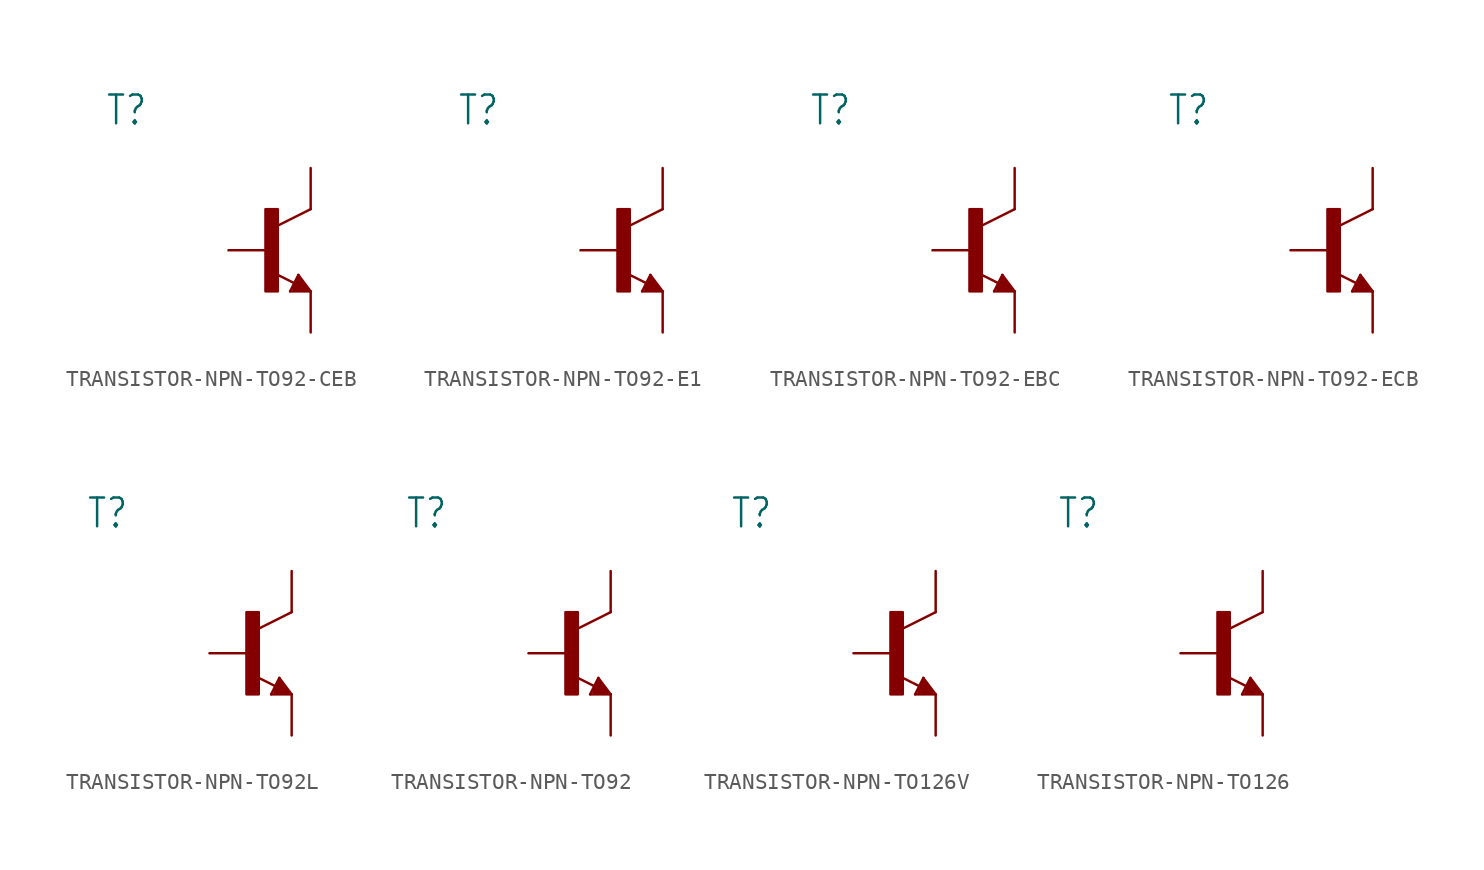
<source format=kicad_sym>
(kicad_symbol_lib
  (version 20231120)
  (generator "kicad_symbol_editor")
  (generator_version "8.0")
  (symbol "TRANSISTOR-NPN-TO92-CEB"
    (property "Reference" "T"
      (at -10.16 7.62 0)
      (effects (font (size 1.778 1.511)) (justify left bottom)))
    (property "Value" ""
      (at -10.16 5.08 0)
      (effects (font (size 1.778 1.511)) (justify left bottom)))
    (property "ki_locked" ""
      (at 0 0 0)
      (effects (font (size 1.27 1.27))))
    (symbol "TRANSISTOR-NPN-TO92-CEB_1_0"
      (rectangle (start -0.254 -2.54) (end 0.508 2.54) (stroke (width 0) (type default)) (fill (type outline)))
      (polyline (pts (xy 1.27 -2.54) (xy 1.778 -1.524)) (stroke (width 0.152) (type solid)) (fill (type none)))
      (polyline (pts (xy 1.524 -2.413) (xy 2.286 -2.413)) (stroke (width 0.254) (type solid)) (fill (type none)))
      (polyline (pts (xy 1.524 -2.286) (xy 1.905 -2.286)) (stroke (width 0.254) (type solid)) (fill (type none)))
      (polyline (pts (xy 1.54 -2.04) (xy 0.308 -1.424)) (stroke (width 0.152) (type solid)) (fill (type none)))
      (polyline (pts (xy 1.778 -1.778) (xy 1.524 -2.286)) (stroke (width 0.254) (type solid)) (fill (type none)))
      (polyline (pts (xy 1.778 -1.524) (xy 2.54 -2.54)) (stroke (width 0.152) (type solid)) (fill (type none)))
      (polyline (pts (xy 1.905 -2.286) (xy 1.778 -2.032)) (stroke (width 0.254) (type solid)) (fill (type none)))
      (polyline (pts (xy 2.286 -2.413) (xy 1.778 -1.778)) (stroke (width 0.254) (type solid)) (fill (type none)))
      (polyline (pts (xy 2.54 -2.54) (xy 1.27 -2.54)) (stroke (width 0.152) (type solid)) (fill (type none)))
      (polyline (pts (xy 2.54 2.54) (xy 0.508 1.524)) (stroke (width 0.152) (type solid)) (fill (type none)))
      (pin passive line (at -2.54 0 0) (length 2.54) (name "B" (effects (font (size 0 0)))) (number "B" (effects (font (size 0 0)))))
      (pin passive line (at 2.54 5.08 270) (length 2.54) (name "C" (effects (font (size 0 0)))) (number "C" (effects (font (size 0 0)))))
      (pin passive line (at 2.54 -5.08 90) (length 2.54) (name "E" (effects (font (size 0 0)))) (number "E" (effects (font (size 0 0)))))))
  (symbol "TRANSISTOR-NPN-TO92-E1"
    (property "Reference" "T"
      (at -10.16 7.62 0)
      (effects (font (size 1.778 1.511)) (justify left bottom)))
    (property "Value" ""
      (at -10.16 5.08 0)
      (effects (font (size 1.778 1.511)) (justify left bottom)))
    (property "ki_locked" ""
      (at 0 0 0)
      (effects (font (size 1.27 1.27))))
    (symbol "TRANSISTOR-NPN-TO92-E1_1_0"
      (rectangle (start -0.254 -2.54) (end 0.508 2.54) (stroke (width 0) (type default)) (fill (type outline)))
      (polyline (pts (xy 1.27 -2.54) (xy 1.778 -1.524)) (stroke (width 0.152) (type solid)) (fill (type none)))
      (polyline (pts (xy 1.524 -2.413) (xy 2.286 -2.413)) (stroke (width 0.254) (type solid)) (fill (type none)))
      (polyline (pts (xy 1.524 -2.286) (xy 1.905 -2.286)) (stroke (width 0.254) (type solid)) (fill (type none)))
      (polyline (pts (xy 1.54 -2.04) (xy 0.308 -1.424)) (stroke (width 0.152) (type solid)) (fill (type none)))
      (polyline (pts (xy 1.778 -1.778) (xy 1.524 -2.286)) (stroke (width 0.254) (type solid)) (fill (type none)))
      (polyline (pts (xy 1.778 -1.524) (xy 2.54 -2.54)) (stroke (width 0.152) (type solid)) (fill (type none)))
      (polyline (pts (xy 1.905 -2.286) (xy 1.778 -2.032)) (stroke (width 0.254) (type solid)) (fill (type none)))
      (polyline (pts (xy 2.286 -2.413) (xy 1.778 -1.778)) (stroke (width 0.254) (type solid)) (fill (type none)))
      (polyline (pts (xy 2.54 -2.54) (xy 1.27 -2.54)) (stroke (width 0.152) (type solid)) (fill (type none)))
      (polyline (pts (xy 2.54 2.54) (xy 0.508 1.524)) (stroke (width 0.152) (type solid)) (fill (type none)))
      (pin passive line (at 2.54 5.08 270) (length 2.54) (name "C" (effects (font (size 0 0)))) (number "1" (effects (font (size 0 0)))))
      (pin passive line (at -2.54 0 0) (length 2.54) (name "B" (effects (font (size 0 0)))) (number "2" (effects (font (size 0 0)))))
      (pin passive line (at 2.54 -5.08 90) (length 2.54) (name "E" (effects (font (size 0 0)))) (number "3" (effects (font (size 0 0)))))))
  (symbol "TRANSISTOR-NPN-TO92-EBC"
    (property "Reference" "T"
      (at -10.16 7.62 0)
      (effects (font (size 1.778 1.511)) (justify left bottom)))
    (property "Value" ""
      (at -10.16 5.08 0)
      (effects (font (size 1.778 1.511)) (justify left bottom)))
    (property "ki_locked" ""
      (at 0 0 0)
      (effects (font (size 1.27 1.27))))
    (symbol "TRANSISTOR-NPN-TO92-EBC_1_0"
      (rectangle (start -0.254 -2.54) (end 0.508 2.54) (stroke (width 0) (type default)) (fill (type outline)))
      (polyline (pts (xy 1.27 -2.54) (xy 1.778 -1.524)) (stroke (width 0.152) (type solid)) (fill (type none)))
      (polyline (pts (xy 1.524 -2.413) (xy 2.286 -2.413)) (stroke (width 0.254) (type solid)) (fill (type none)))
      (polyline (pts (xy 1.524 -2.286) (xy 1.905 -2.286)) (stroke (width 0.254) (type solid)) (fill (type none)))
      (polyline (pts (xy 1.54 -2.04) (xy 0.308 -1.424)) (stroke (width 0.152) (type solid)) (fill (type none)))
      (polyline (pts (xy 1.778 -1.778) (xy 1.524 -2.286)) (stroke (width 0.254) (type solid)) (fill (type none)))
      (polyline (pts (xy 1.778 -1.524) (xy 2.54 -2.54)) (stroke (width 0.152) (type solid)) (fill (type none)))
      (polyline (pts (xy 1.905 -2.286) (xy 1.778 -2.032)) (stroke (width 0.254) (type solid)) (fill (type none)))
      (polyline (pts (xy 2.286 -2.413) (xy 1.778 -1.778)) (stroke (width 0.254) (type solid)) (fill (type none)))
      (polyline (pts (xy 2.54 -2.54) (xy 1.27 -2.54)) (stroke (width 0.152) (type solid)) (fill (type none)))
      (polyline (pts (xy 2.54 2.54) (xy 0.508 1.524)) (stroke (width 0.152) (type solid)) (fill (type none)))
      (pin passive line (at -2.54 0 0) (length 2.54) (name "B" (effects (font (size 0 0)))) (number "B" (effects (font (size 0 0)))))
      (pin passive line (at 2.54 5.08 270) (length 2.54) (name "C" (effects (font (size 0 0)))) (number "C" (effects (font (size 0 0)))))
      (pin passive line (at 2.54 -5.08 90) (length 2.54) (name "E" (effects (font (size 0 0)))) (number "E" (effects (font (size 0 0)))))))
  (symbol "TRANSISTOR-NPN-TO92-ECB"
    (property "Reference" "T"
      (at -10.16 7.62 0)
      (effects (font (size 1.778 1.511)) (justify left bottom)))
    (property "Value" ""
      (at -10.16 5.08 0)
      (effects (font (size 1.778 1.511)) (justify left bottom)))
    (property "ki_locked" ""
      (at 0 0 0)
      (effects (font (size 1.27 1.27))))
    (symbol "TRANSISTOR-NPN-TO92-ECB_1_0"
      (rectangle (start -0.254 -2.54) (end 0.508 2.54) (stroke (width 0) (type default)) (fill (type outline)))
      (polyline (pts (xy 1.27 -2.54) (xy 1.778 -1.524)) (stroke (width 0.152) (type solid)) (fill (type none)))
      (polyline (pts (xy 1.524 -2.413) (xy 2.286 -2.413)) (stroke (width 0.254) (type solid)) (fill (type none)))
      (polyline (pts (xy 1.524 -2.286) (xy 1.905 -2.286)) (stroke (width 0.254) (type solid)) (fill (type none)))
      (polyline (pts (xy 1.54 -2.04) (xy 0.308 -1.424)) (stroke (width 0.152) (type solid)) (fill (type none)))
      (polyline (pts (xy 1.778 -1.778) (xy 1.524 -2.286)) (stroke (width 0.254) (type solid)) (fill (type none)))
      (polyline (pts (xy 1.778 -1.524) (xy 2.54 -2.54)) (stroke (width 0.152) (type solid)) (fill (type none)))
      (polyline (pts (xy 1.905 -2.286) (xy 1.778 -2.032)) (stroke (width 0.254) (type solid)) (fill (type none)))
      (polyline (pts (xy 2.286 -2.413) (xy 1.778 -1.778)) (stroke (width 0.254) (type solid)) (fill (type none)))
      (polyline (pts (xy 2.54 -2.54) (xy 1.27 -2.54)) (stroke (width 0.152) (type solid)) (fill (type none)))
      (polyline (pts (xy 2.54 2.54) (xy 0.508 1.524)) (stroke (width 0.152) (type solid)) (fill (type none)))
      (pin passive line (at -2.54 0 0) (length 2.54) (name "B" (effects (font (size 0 0)))) (number "B" (effects (font (size 0 0)))))
      (pin passive line (at 2.54 5.08 270) (length 2.54) (name "C" (effects (font (size 0 0)))) (number "C" (effects (font (size 0 0)))))
      (pin passive line (at 2.54 -5.08 90) (length 2.54) (name "E" (effects (font (size 0 0)))) (number "E" (effects (font (size 0 0)))))))
  (symbol "TRANSISTOR-NPN-TO92L"
    (property "Reference" "T"
      (at -10.16 7.62 0)
      (effects (font (size 1.778 1.511)) (justify left bottom)))
    (property "Value" ""
      (at -10.16 5.08 0)
      (effects (font (size 1.778 1.511)) (justify left bottom)))
    (property "ki_locked" ""
      (at 0 0 0)
      (effects (font (size 1.27 1.27))))
    (symbol "TRANSISTOR-NPN-TO92L_1_0"
      (rectangle (start -0.254 -2.54) (end 0.508 2.54) (stroke (width 0) (type default)) (fill (type outline)))
      (polyline (pts (xy 1.27 -2.54) (xy 1.778 -1.524)) (stroke (width 0.152) (type solid)) (fill (type none)))
      (polyline (pts (xy 1.524 -2.413) (xy 2.286 -2.413)) (stroke (width 0.254) (type solid)) (fill (type none)))
      (polyline (pts (xy 1.524 -2.286) (xy 1.905 -2.286)) (stroke (width 0.254) (type solid)) (fill (type none)))
      (polyline (pts (xy 1.54 -2.04) (xy 0.308 -1.424)) (stroke (width 0.152) (type solid)) (fill (type none)))
      (polyline (pts (xy 1.778 -1.778) (xy 1.524 -2.286)) (stroke (width 0.254) (type solid)) (fill (type none)))
      (polyline (pts (xy 1.778 -1.524) (xy 2.54 -2.54)) (stroke (width 0.152) (type solid)) (fill (type none)))
      (polyline (pts (xy 1.905 -2.286) (xy 1.778 -2.032)) (stroke (width 0.254) (type solid)) (fill (type none)))
      (polyline (pts (xy 2.286 -2.413) (xy 1.778 -1.778)) (stroke (width 0.254) (type solid)) (fill (type none)))
      (polyline (pts (xy 2.54 -2.54) (xy 1.27 -2.54)) (stroke (width 0.152) (type solid)) (fill (type none)))
      (polyline (pts (xy 2.54 2.54) (xy 0.508 1.524)) (stroke (width 0.152) (type solid)) (fill (type none)))
      (pin passive line (at 2.54 -5.08 90) (length 2.54) (name "E" (effects (font (size 0 0)))) (number "1" (effects (font (size 0 0)))))
      (pin passive line (at -2.54 0 0) (length 2.54) (name "B" (effects (font (size 0 0)))) (number "2" (effects (font (size 0 0)))))
      (pin passive line (at 2.54 5.08 270) (length 2.54) (name "C" (effects (font (size 0 0)))) (number "3" (effects (font (size 0 0)))))))
  (symbol "TRANSISTOR-NPN-TO92"
    (property "Reference" "T"
      (at -10.16 7.62 0)
      (effects (font (size 1.778 1.511)) (justify left bottom)))
    (property "Value" ""
      (at -10.16 5.08 0)
      (effects (font (size 1.778 1.511)) (justify left bottom)))
    (property "ki_locked" ""
      (at 0 0 0)
      (effects (font (size 1.27 1.27))))
    (symbol "TRANSISTOR-NPN-TO92_1_0"
      (rectangle (start -0.254 -2.54) (end 0.508 2.54) (stroke (width 0) (type default)) (fill (type outline)))
      (polyline (pts (xy 1.27 -2.54) (xy 1.778 -1.524)) (stroke (width 0.152) (type solid)) (fill (type none)))
      (polyline (pts (xy 1.524 -2.413) (xy 2.286 -2.413)) (stroke (width 0.254) (type solid)) (fill (type none)))
      (polyline (pts (xy 1.524 -2.286) (xy 1.905 -2.286)) (stroke (width 0.254) (type solid)) (fill (type none)))
      (polyline (pts (xy 1.54 -2.04) (xy 0.308 -1.424)) (stroke (width 0.152) (type solid)) (fill (type none)))
      (polyline (pts (xy 1.778 -1.778) (xy 1.524 -2.286)) (stroke (width 0.254) (type solid)) (fill (type none)))
      (polyline (pts (xy 1.778 -1.524) (xy 2.54 -2.54)) (stroke (width 0.152) (type solid)) (fill (type none)))
      (polyline (pts (xy 1.905 -2.286) (xy 1.778 -2.032)) (stroke (width 0.254) (type solid)) (fill (type none)))
      (polyline (pts (xy 2.286 -2.413) (xy 1.778 -1.778)) (stroke (width 0.254) (type solid)) (fill (type none)))
      (polyline (pts (xy 2.54 -2.54) (xy 1.27 -2.54)) (stroke (width 0.152) (type solid)) (fill (type none)))
      (polyline (pts (xy 2.54 2.54) (xy 0.508 1.524)) (stroke (width 0.152) (type solid)) (fill (type none)))
      (pin passive line (at 2.54 -5.08 90) (length 2.54) (name "E" (effects (font (size 0 0)))) (number "1" (effects (font (size 0 0)))))
      (pin passive line (at -2.54 0 0) (length 2.54) (name "B" (effects (font (size 0 0)))) (number "2" (effects (font (size 0 0)))))
      (pin passive line (at 2.54 5.08 270) (length 2.54) (name "C" (effects (font (size 0 0)))) (number "3" (effects (font (size 0 0)))))))
  (symbol "TRANSISTOR-NPN-TO126V"
    (property "Reference" "T"
      (at -10.16 7.62 0)
      (effects (font (size 1.778 1.511)) (justify left bottom)))
    (property "Value" ""
      (at -10.16 5.08 0)
      (effects (font (size 1.778 1.511)) (justify left bottom)))
    (property "ki_locked" ""
      (at 0 0 0)
      (effects (font (size 1.27 1.27))))
    (symbol "TRANSISTOR-NPN-TO126V_1_0"
      (rectangle (start -0.254 -2.54) (end 0.508 2.54) (stroke (width 0) (type default)) (fill (type outline)))
      (polyline (pts (xy 1.27 -2.54) (xy 1.778 -1.524)) (stroke (width 0.152) (type solid)) (fill (type none)))
      (polyline (pts (xy 1.524 -2.413) (xy 2.286 -2.413)) (stroke (width 0.254) (type solid)) (fill (type none)))
      (polyline (pts (xy 1.524 -2.286) (xy 1.905 -2.286)) (stroke (width 0.254) (type solid)) (fill (type none)))
      (polyline (pts (xy 1.54 -2.04) (xy 0.308 -1.424)) (stroke (width 0.152) (type solid)) (fill (type none)))
      (polyline (pts (xy 1.778 -1.778) (xy 1.524 -2.286)) (stroke (width 0.254) (type solid)) (fill (type none)))
      (polyline (pts (xy 1.778 -1.524) (xy 2.54 -2.54)) (stroke (width 0.152) (type solid)) (fill (type none)))
      (polyline (pts (xy 1.905 -2.286) (xy 1.778 -2.032)) (stroke (width 0.254) (type solid)) (fill (type none)))
      (polyline (pts (xy 2.286 -2.413) (xy 1.778 -1.778)) (stroke (width 0.254) (type solid)) (fill (type none)))
      (polyline (pts (xy 2.54 -2.54) (xy 1.27 -2.54)) (stroke (width 0.152) (type solid)) (fill (type none)))
      (polyline (pts (xy 2.54 2.54) (xy 0.508 1.524)) (stroke (width 0.152) (type solid)) (fill (type none)))
      (pin passive line (at 2.54 -5.08 90) (length 2.54) (name "E" (effects (font (size 0 0)))) (number "1" (effects (font (size 0 0)))))
      (pin passive line (at 2.54 5.08 270) (length 2.54) (name "C" (effects (font (size 0 0)))) (number "2" (effects (font (size 0 0)))))
      (pin passive line (at -2.54 0 0) (length 2.54) (name "B" (effects (font (size 0 0)))) (number "3" (effects (font (size 0 0)))))))
  (symbol "TRANSISTOR-NPN-TO126"
    (property "Reference" "T"
      (at -10.16 7.62 0)
      (effects (font (size 1.778 1.511)) (justify left bottom)))
    (property "Value" ""
      (at -10.16 5.08 0)
      (effects (font (size 1.778 1.511)) (justify left bottom)))
    (property "ki_locked" ""
      (at 0 0 0)
      (effects (font (size 1.27 1.27))))
    (symbol "TRANSISTOR-NPN-TO126_1_0"
      (rectangle (start -0.254 -2.54) (end 0.508 2.54) (stroke (width 0) (type default)) (fill (type outline)))
      (polyline (pts (xy 1.27 -2.54) (xy 1.778 -1.524)) (stroke (width 0.152) (type solid)) (fill (type none)))
      (polyline (pts (xy 1.524 -2.413) (xy 2.286 -2.413)) (stroke (width 0.254) (type solid)) (fill (type none)))
      (polyline (pts (xy 1.524 -2.286) (xy 1.905 -2.286)) (stroke (width 0.254) (type solid)) (fill (type none)))
      (polyline (pts (xy 1.54 -2.04) (xy 0.308 -1.424)) (stroke (width 0.152) (type solid)) (fill (type none)))
      (polyline (pts (xy 1.778 -1.778) (xy 1.524 -2.286)) (stroke (width 0.254) (type solid)) (fill (type none)))
      (polyline (pts (xy 1.778 -1.524) (xy 2.54 -2.54)) (stroke (width 0.152) (type solid)) (fill (type none)))
      (polyline (pts (xy 1.905 -2.286) (xy 1.778 -2.032)) (stroke (width 0.254) (type solid)) (fill (type none)))
      (polyline (pts (xy 2.286 -2.413) (xy 1.778 -1.778)) (stroke (width 0.254) (type solid)) (fill (type none)))
      (polyline (pts (xy 2.54 -2.54) (xy 1.27 -2.54)) (stroke (width 0.152) (type solid)) (fill (type none)))
      (polyline (pts (xy 2.54 2.54) (xy 0.508 1.524)) (stroke (width 0.152) (type solid)) (fill (type none)))
      (pin passive line (at 2.54 -5.08 90) (length 2.54) (name "E" (effects (font (size 0 0)))) (number "1" (effects (font (size 0 0)))))
      (pin passive line (at 2.54 5.08 270) (length 2.54) (name "C" (effects (font (size 0 0)))) (number "2" (effects (font (size 0 0)))))
      (pin passive line (at -2.54 0 0) (length 2.54) (name "B" (effects (font (size 0 0)))) (number "3" (effects (font (size 0 0))))))))
</source>
